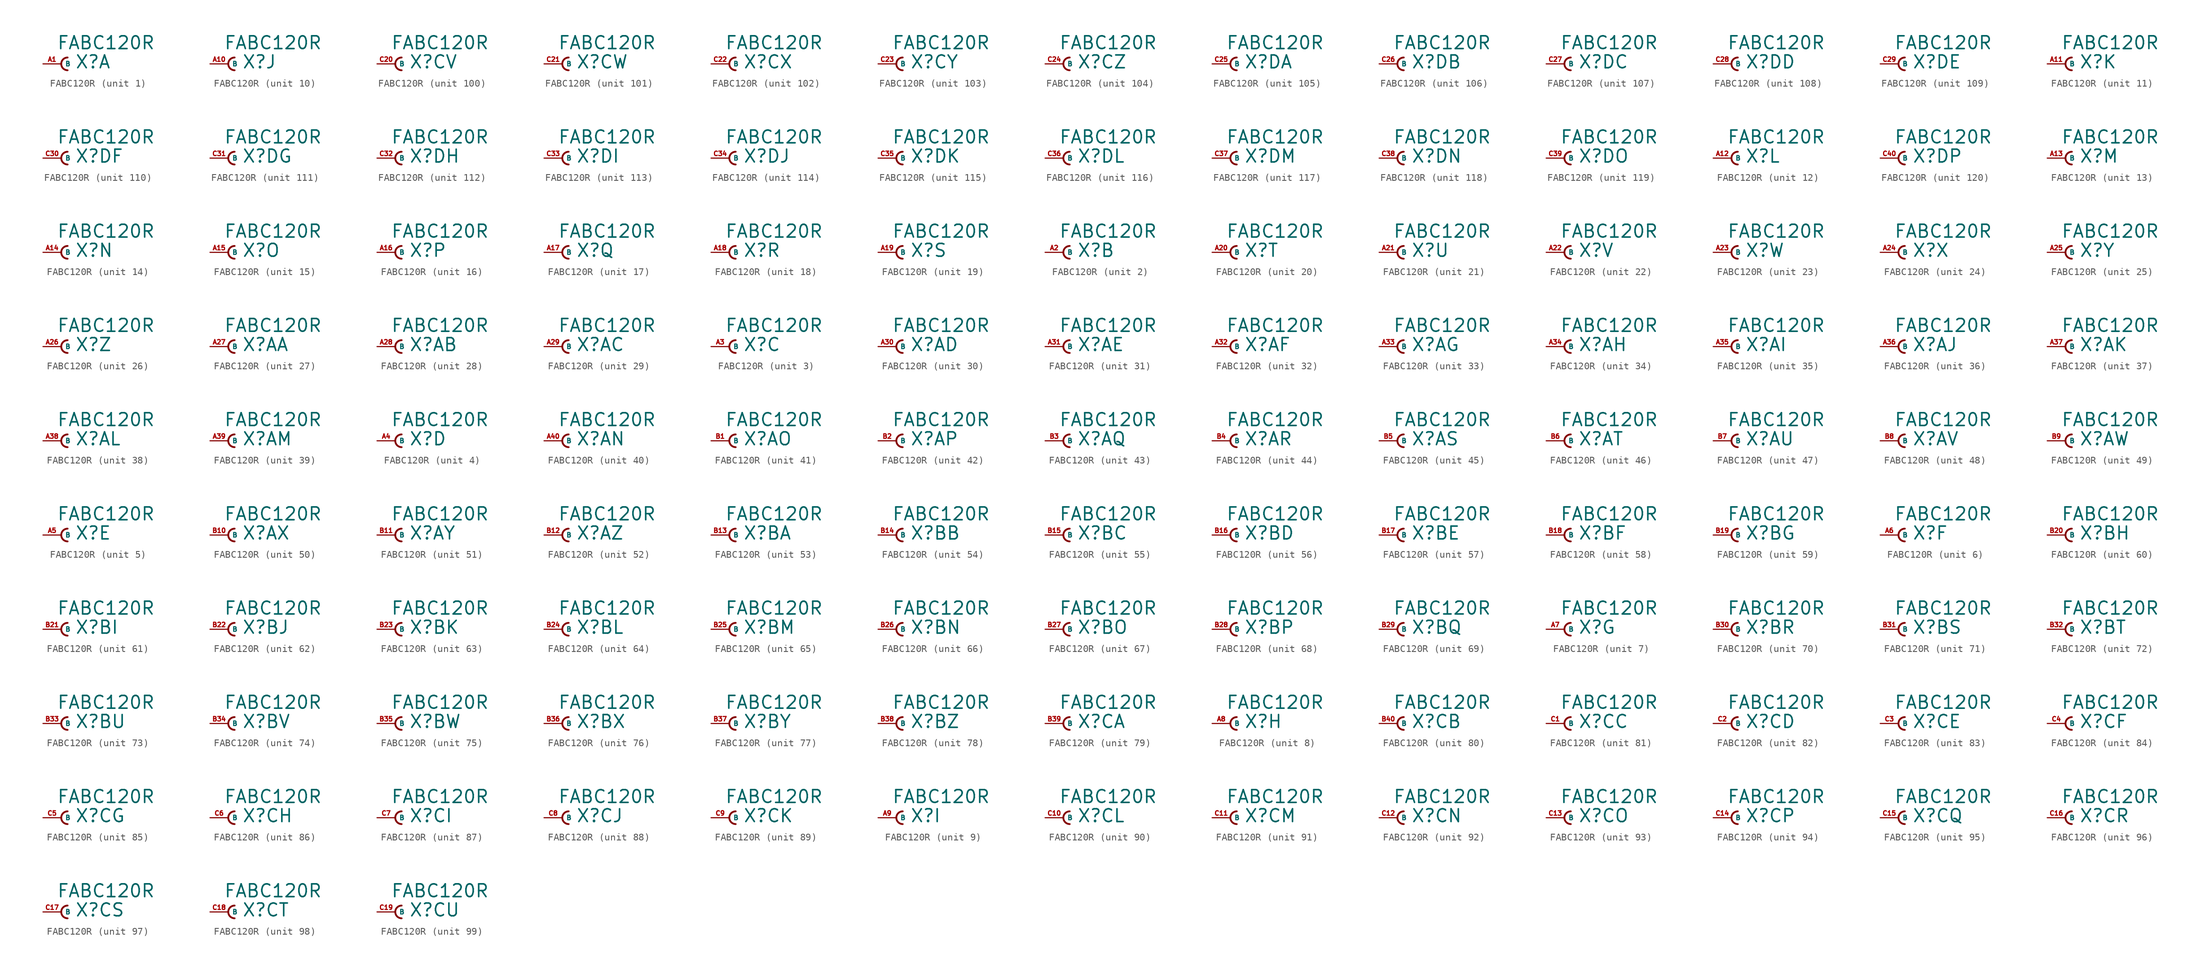
<source format=kicad_sym>
(kicad_symbol_lib
  (version 20220914)
  (generator Eagle2Kicad)
  (symbol "FABC120R"
    (property "Reference" "X"
      (at 1.905 -0.762 0)
      (effects (font (size 1.778 1.778) (thickness 0.22)) (justify left bottom)))
    (property "Value" "FABC120R"
      (at -0.635 1.905 0)
      (effects (font (size 1.778 1.778) (thickness 0.22)) (justify left bottom)))
    (symbol "FABC120R_1_0"
      (arc (start 0.889 0.889) (mid 0.000 0.000) (end 0.889 -0.889) (stroke (width 0.254) (type default)) (fill (type none)))
      (pin passive line (at -2.54 0 0) (length 2.54) (name "B" (effects (font (size 0.635 0.635) (thickness 0.08)) (justify left bottom))) (number "A1" (effects (font (size 0.635 0.635) (thickness 0.08)) (justify left bottom)))))
    (symbol "FABC120R_2_0"
      (arc (start 0.889 0.889) (mid 0.000 0.000) (end 0.889 -0.889) (stroke (width 0.254) (type default)) (fill (type none)))
      (pin passive line (at -2.54 0 0) (length 2.54) (name "B" (effects (font (size 0.635 0.635) (thickness 0.08)) (justify left bottom))) (number "A2" (effects (font (size 0.635 0.635) (thickness 0.08)) (justify left bottom)))))
    (symbol "FABC120R_3_0"
      (arc (start 0.889 0.889) (mid 0.000 0.000) (end 0.889 -0.889) (stroke (width 0.254) (type default)) (fill (type none)))
      (pin passive line (at -2.54 0 0) (length 2.54) (name "B" (effects (font (size 0.635 0.635) (thickness 0.08)) (justify left bottom))) (number "A3" (effects (font (size 0.635 0.635) (thickness 0.08)) (justify left bottom)))))
    (symbol "FABC120R_4_0"
      (arc (start 0.889 0.889) (mid 0.000 0.000) (end 0.889 -0.889) (stroke (width 0.254) (type default)) (fill (type none)))
      (pin passive line (at -2.54 0 0) (length 2.54) (name "B" (effects (font (size 0.635 0.635) (thickness 0.08)) (justify left bottom))) (number "A4" (effects (font (size 0.635 0.635) (thickness 0.08)) (justify left bottom)))))
    (symbol "FABC120R_5_0"
      (arc (start 0.889 0.889) (mid 0.000 0.000) (end 0.889 -0.889) (stroke (width 0.254) (type default)) (fill (type none)))
      (pin passive line (at -2.54 0 0) (length 2.54) (name "B" (effects (font (size 0.635 0.635) (thickness 0.08)) (justify left bottom))) (number "A5" (effects (font (size 0.635 0.635) (thickness 0.08)) (justify left bottom)))))
    (symbol "FABC120R_6_0"
      (arc (start 0.889 0.889) (mid 0.000 0.000) (end 0.889 -0.889) (stroke (width 0.254) (type default)) (fill (type none)))
      (pin passive line (at -2.54 0 0) (length 2.54) (name "B" (effects (font (size 0.635 0.635) (thickness 0.08)) (justify left bottom))) (number "A6" (effects (font (size 0.635 0.635) (thickness 0.08)) (justify left bottom)))))
    (symbol "FABC120R_7_0"
      (arc (start 0.889 0.889) (mid 0.000 0.000) (end 0.889 -0.889) (stroke (width 0.254) (type default)) (fill (type none)))
      (pin passive line (at -2.54 0 0) (length 2.54) (name "B" (effects (font (size 0.635 0.635) (thickness 0.08)) (justify left bottom))) (number "A7" (effects (font (size 0.635 0.635) (thickness 0.08)) (justify left bottom)))))
    (symbol "FABC120R_8_0"
      (arc (start 0.889 0.889) (mid 0.000 0.000) (end 0.889 -0.889) (stroke (width 0.254) (type default)) (fill (type none)))
      (pin passive line (at -2.54 0 0) (length 2.54) (name "B" (effects (font (size 0.635 0.635) (thickness 0.08)) (justify left bottom))) (number "A8" (effects (font (size 0.635 0.635) (thickness 0.08)) (justify left bottom)))))
    (symbol "FABC120R_9_0"
      (arc (start 0.889 0.889) (mid 0.000 0.000) (end 0.889 -0.889) (stroke (width 0.254) (type default)) (fill (type none)))
      (pin passive line (at -2.54 0 0) (length 2.54) (name "B" (effects (font (size 0.635 0.635) (thickness 0.08)) (justify left bottom))) (number "A9" (effects (font (size 0.635 0.635) (thickness 0.08)) (justify left bottom)))))
    (symbol "FABC120R_10_0"
      (arc (start 0.889 0.889) (mid 0.000 0.000) (end 0.889 -0.889) (stroke (width 0.254) (type default)) (fill (type none)))
      (pin passive line (at -2.54 0 0) (length 2.54) (name "B" (effects (font (size 0.635 0.635) (thickness 0.08)) (justify left bottom))) (number "A10" (effects (font (size 0.635 0.635) (thickness 0.08)) (justify left bottom)))))
    (symbol "FABC120R_11_0"
      (arc (start 0.889 0.889) (mid 0.000 0.000) (end 0.889 -0.889) (stroke (width 0.254) (type default)) (fill (type none)))
      (pin passive line (at -2.54 0 0) (length 2.54) (name "B" (effects (font (size 0.635 0.635) (thickness 0.08)) (justify left bottom))) (number "A11" (effects (font (size 0.635 0.635) (thickness 0.08)) (justify left bottom)))))
    (symbol "FABC120R_12_0"
      (arc (start 0.889 0.889) (mid 0.000 0.000) (end 0.889 -0.889) (stroke (width 0.254) (type default)) (fill (type none)))
      (pin passive line (at -2.54 0 0) (length 2.54) (name "B" (effects (font (size 0.635 0.635) (thickness 0.08)) (justify left bottom))) (number "A12" (effects (font (size 0.635 0.635) (thickness 0.08)) (justify left bottom)))))
    (symbol "FABC120R_13_0"
      (arc (start 0.889 0.889) (mid 0.000 0.000) (end 0.889 -0.889) (stroke (width 0.254) (type default)) (fill (type none)))
      (pin passive line (at -2.54 0 0) (length 2.54) (name "B" (effects (font (size 0.635 0.635) (thickness 0.08)) (justify left bottom))) (number "A13" (effects (font (size 0.635 0.635) (thickness 0.08)) (justify left bottom)))))
    (symbol "FABC120R_14_0"
      (arc (start 0.889 0.889) (mid 0.000 0.000) (end 0.889 -0.889) (stroke (width 0.254) (type default)) (fill (type none)))
      (pin passive line (at -2.54 0 0) (length 2.54) (name "B" (effects (font (size 0.635 0.635) (thickness 0.08)) (justify left bottom))) (number "A14" (effects (font (size 0.635 0.635) (thickness 0.08)) (justify left bottom)))))
    (symbol "FABC120R_15_0"
      (arc (start 0.889 0.889) (mid 0.000 0.000) (end 0.889 -0.889) (stroke (width 0.254) (type default)) (fill (type none)))
      (pin passive line (at -2.54 0 0) (length 2.54) (name "B" (effects (font (size 0.635 0.635) (thickness 0.08)) (justify left bottom))) (number "A15" (effects (font (size 0.635 0.635) (thickness 0.08)) (justify left bottom)))))
    (symbol "FABC120R_16_0"
      (arc (start 0.889 0.889) (mid 0.000 0.000) (end 0.889 -0.889) (stroke (width 0.254) (type default)) (fill (type none)))
      (pin passive line (at -2.54 0 0) (length 2.54) (name "B" (effects (font (size 0.635 0.635) (thickness 0.08)) (justify left bottom))) (number "A16" (effects (font (size 0.635 0.635) (thickness 0.08)) (justify left bottom)))))
    (symbol "FABC120R_17_0"
      (arc (start 0.889 0.889) (mid 0.000 0.000) (end 0.889 -0.889) (stroke (width 0.254) (type default)) (fill (type none)))
      (pin passive line (at -2.54 0 0) (length 2.54) (name "B" (effects (font (size 0.635 0.635) (thickness 0.08)) (justify left bottom))) (number "A17" (effects (font (size 0.635 0.635) (thickness 0.08)) (justify left bottom)))))
    (symbol "FABC120R_18_0"
      (arc (start 0.889 0.889) (mid 0.000 0.000) (end 0.889 -0.889) (stroke (width 0.254) (type default)) (fill (type none)))
      (pin passive line (at -2.54 0 0) (length 2.54) (name "B" (effects (font (size 0.635 0.635) (thickness 0.08)) (justify left bottom))) (number "A18" (effects (font (size 0.635 0.635) (thickness 0.08)) (justify left bottom)))))
    (symbol "FABC120R_19_0"
      (arc (start 0.889 0.889) (mid 0.000 0.000) (end 0.889 -0.889) (stroke (width 0.254) (type default)) (fill (type none)))
      (pin passive line (at -2.54 0 0) (length 2.54) (name "B" (effects (font (size 0.635 0.635) (thickness 0.08)) (justify left bottom))) (number "A19" (effects (font (size 0.635 0.635) (thickness 0.08)) (justify left bottom)))))
    (symbol "FABC120R_20_0"
      (arc (start 0.889 0.889) (mid 0.000 0.000) (end 0.889 -0.889) (stroke (width 0.254) (type default)) (fill (type none)))
      (pin passive line (at -2.54 0 0) (length 2.54) (name "B" (effects (font (size 0.635 0.635) (thickness 0.08)) (justify left bottom))) (number "A20" (effects (font (size 0.635 0.635) (thickness 0.08)) (justify left bottom)))))
    (symbol "FABC120R_21_0"
      (arc (start 0.889 0.889) (mid 0.000 0.000) (end 0.889 -0.889) (stroke (width 0.254) (type default)) (fill (type none)))
      (pin passive line (at -2.54 0 0) (length 2.54) (name "B" (effects (font (size 0.635 0.635) (thickness 0.08)) (justify left bottom))) (number "A21" (effects (font (size 0.635 0.635) (thickness 0.08)) (justify left bottom)))))
    (symbol "FABC120R_22_0"
      (arc (start 0.889 0.889) (mid 0.000 0.000) (end 0.889 -0.889) (stroke (width 0.254) (type default)) (fill (type none)))
      (pin passive line (at -2.54 0 0) (length 2.54) (name "B" (effects (font (size 0.635 0.635) (thickness 0.08)) (justify left bottom))) (number "A22" (effects (font (size 0.635 0.635) (thickness 0.08)) (justify left bottom)))))
    (symbol "FABC120R_23_0"
      (arc (start 0.889 0.889) (mid 0.000 0.000) (end 0.889 -0.889) (stroke (width 0.254) (type default)) (fill (type none)))
      (pin passive line (at -2.54 0 0) (length 2.54) (name "B" (effects (font (size 0.635 0.635) (thickness 0.08)) (justify left bottom))) (number "A23" (effects (font (size 0.635 0.635) (thickness 0.08)) (justify left bottom)))))
    (symbol "FABC120R_24_0"
      (arc (start 0.889 0.889) (mid 0.000 0.000) (end 0.889 -0.889) (stroke (width 0.254) (type default)) (fill (type none)))
      (pin passive line (at -2.54 0 0) (length 2.54) (name "B" (effects (font (size 0.635 0.635) (thickness 0.08)) (justify left bottom))) (number "A24" (effects (font (size 0.635 0.635) (thickness 0.08)) (justify left bottom)))))
    (symbol "FABC120R_25_0"
      (arc (start 0.889 0.889) (mid 0.000 0.000) (end 0.889 -0.889) (stroke (width 0.254) (type default)) (fill (type none)))
      (pin passive line (at -2.54 0 0) (length 2.54) (name "B" (effects (font (size 0.635 0.635) (thickness 0.08)) (justify left bottom))) (number "A25" (effects (font (size 0.635 0.635) (thickness 0.08)) (justify left bottom)))))
    (symbol "FABC120R_26_0"
      (arc (start 0.889 0.889) (mid 0.000 0.000) (end 0.889 -0.889) (stroke (width 0.254) (type default)) (fill (type none)))
      (pin passive line (at -2.54 0 0) (length 2.54) (name "B" (effects (font (size 0.635 0.635) (thickness 0.08)) (justify left bottom))) (number "A26" (effects (font (size 0.635 0.635) (thickness 0.08)) (justify left bottom)))))
    (symbol "FABC120R_27_0"
      (arc (start 0.889 0.889) (mid 0.000 0.000) (end 0.889 -0.889) (stroke (width 0.254) (type default)) (fill (type none)))
      (pin passive line (at -2.54 0 0) (length 2.54) (name "B" (effects (font (size 0.635 0.635) (thickness 0.08)) (justify left bottom))) (number "A27" (effects (font (size 0.635 0.635) (thickness 0.08)) (justify left bottom)))))
    (symbol "FABC120R_28_0"
      (arc (start 0.889 0.889) (mid 0.000 0.000) (end 0.889 -0.889) (stroke (width 0.254) (type default)) (fill (type none)))
      (pin passive line (at -2.54 0 0) (length 2.54) (name "B" (effects (font (size 0.635 0.635) (thickness 0.08)) (justify left bottom))) (number "A28" (effects (font (size 0.635 0.635) (thickness 0.08)) (justify left bottom)))))
    (symbol "FABC120R_29_0"
      (arc (start 0.889 0.889) (mid 0.000 0.000) (end 0.889 -0.889) (stroke (width 0.254) (type default)) (fill (type none)))
      (pin passive line (at -2.54 0 0) (length 2.54) (name "B" (effects (font (size 0.635 0.635) (thickness 0.08)) (justify left bottom))) (number "A29" (effects (font (size 0.635 0.635) (thickness 0.08)) (justify left bottom)))))
    (symbol "FABC120R_30_0"
      (arc (start 0.889 0.889) (mid 0.000 0.000) (end 0.889 -0.889) (stroke (width 0.254) (type default)) (fill (type none)))
      (pin passive line (at -2.54 0 0) (length 2.54) (name "B" (effects (font (size 0.635 0.635) (thickness 0.08)) (justify left bottom))) (number "A30" (effects (font (size 0.635 0.635) (thickness 0.08)) (justify left bottom)))))
    (symbol "FABC120R_31_0"
      (arc (start 0.889 0.889) (mid 0.000 0.000) (end 0.889 -0.889) (stroke (width 0.254) (type default)) (fill (type none)))
      (pin passive line (at -2.54 0 0) (length 2.54) (name "B" (effects (font (size 0.635 0.635) (thickness 0.08)) (justify left bottom))) (number "A31" (effects (font (size 0.635 0.635) (thickness 0.08)) (justify left bottom)))))
    (symbol "FABC120R_32_0"
      (arc (start 0.889 0.889) (mid 0.000 0.000) (end 0.889 -0.889) (stroke (width 0.254) (type default)) (fill (type none)))
      (pin passive line (at -2.54 0 0) (length 2.54) (name "B" (effects (font (size 0.635 0.635) (thickness 0.08)) (justify left bottom))) (number "A32" (effects (font (size 0.635 0.635) (thickness 0.08)) (justify left bottom)))))
    (symbol "FABC120R_33_0"
      (arc (start 0.889 0.889) (mid 0.000 0.000) (end 0.889 -0.889) (stroke (width 0.254) (type default)) (fill (type none)))
      (pin passive line (at -2.54 0 0) (length 2.54) (name "B" (effects (font (size 0.635 0.635) (thickness 0.08)) (justify left bottom))) (number "A33" (effects (font (size 0.635 0.635) (thickness 0.08)) (justify left bottom)))))
    (symbol "FABC120R_34_0"
      (arc (start 0.889 0.889) (mid 0.000 0.000) (end 0.889 -0.889) (stroke (width 0.254) (type default)) (fill (type none)))
      (pin passive line (at -2.54 0 0) (length 2.54) (name "B" (effects (font (size 0.635 0.635) (thickness 0.08)) (justify left bottom))) (number "A34" (effects (font (size 0.635 0.635) (thickness 0.08)) (justify left bottom)))))
    (symbol "FABC120R_35_0"
      (arc (start 0.889 0.889) (mid 0.000 0.000) (end 0.889 -0.889) (stroke (width 0.254) (type default)) (fill (type none)))
      (pin passive line (at -2.54 0 0) (length 2.54) (name "B" (effects (font (size 0.635 0.635) (thickness 0.08)) (justify left bottom))) (number "A35" (effects (font (size 0.635 0.635) (thickness 0.08)) (justify left bottom)))))
    (symbol "FABC120R_36_0"
      (arc (start 0.889 0.889) (mid 0.000 0.000) (end 0.889 -0.889) (stroke (width 0.254) (type default)) (fill (type none)))
      (pin passive line (at -2.54 0 0) (length 2.54) (name "B" (effects (font (size 0.635 0.635) (thickness 0.08)) (justify left bottom))) (number "A36" (effects (font (size 0.635 0.635) (thickness 0.08)) (justify left bottom)))))
    (symbol "FABC120R_37_0"
      (arc (start 0.889 0.889) (mid 0.000 0.000) (end 0.889 -0.889) (stroke (width 0.254) (type default)) (fill (type none)))
      (pin passive line (at -2.54 0 0) (length 2.54) (name "B" (effects (font (size 0.635 0.635) (thickness 0.08)) (justify left bottom))) (number "A37" (effects (font (size 0.635 0.635) (thickness 0.08)) (justify left bottom)))))
    (symbol "FABC120R_38_0"
      (arc (start 0.889 0.889) (mid 0.000 0.000) (end 0.889 -0.889) (stroke (width 0.254) (type default)) (fill (type none)))
      (pin passive line (at -2.54 0 0) (length 2.54) (name "B" (effects (font (size 0.635 0.635) (thickness 0.08)) (justify left bottom))) (number "A38" (effects (font (size 0.635 0.635) (thickness 0.08)) (justify left bottom)))))
    (symbol "FABC120R_39_0"
      (arc (start 0.889 0.889) (mid 0.000 0.000) (end 0.889 -0.889) (stroke (width 0.254) (type default)) (fill (type none)))
      (pin passive line (at -2.54 0 0) (length 2.54) (name "B" (effects (font (size 0.635 0.635) (thickness 0.08)) (justify left bottom))) (number "A39" (effects (font (size 0.635 0.635) (thickness 0.08)) (justify left bottom)))))
    (symbol "FABC120R_40_0"
      (arc (start 0.889 0.889) (mid 0.000 0.000) (end 0.889 -0.889) (stroke (width 0.254) (type default)) (fill (type none)))
      (pin passive line (at -2.54 0 0) (length 2.54) (name "B" (effects (font (size 0.635 0.635) (thickness 0.08)) (justify left bottom))) (number "A40" (effects (font (size 0.635 0.635) (thickness 0.08)) (justify left bottom)))))
    (symbol "FABC120R_41_0"
      (arc (start 0.889 0.889) (mid 0.000 0.000) (end 0.889 -0.889) (stroke (width 0.254) (type default)) (fill (type none)))
      (pin passive line (at -2.54 0 0) (length 2.54) (name "B" (effects (font (size 0.635 0.635) (thickness 0.08)) (justify left bottom))) (number "B1" (effects (font (size 0.635 0.635) (thickness 0.08)) (justify left bottom)))))
    (symbol "FABC120R_42_0"
      (arc (start 0.889 0.889) (mid 0.000 0.000) (end 0.889 -0.889) (stroke (width 0.254) (type default)) (fill (type none)))
      (pin passive line (at -2.54 0 0) (length 2.54) (name "B" (effects (font (size 0.635 0.635) (thickness 0.08)) (justify left bottom))) (number "B2" (effects (font (size 0.635 0.635) (thickness 0.08)) (justify left bottom)))))
    (symbol "FABC120R_43_0"
      (arc (start 0.889 0.889) (mid 0.000 0.000) (end 0.889 -0.889) (stroke (width 0.254) (type default)) (fill (type none)))
      (pin passive line (at -2.54 0 0) (length 2.54) (name "B" (effects (font (size 0.635 0.635) (thickness 0.08)) (justify left bottom))) (number "B3" (effects (font (size 0.635 0.635) (thickness 0.08)) (justify left bottom)))))
    (symbol "FABC120R_44_0"
      (arc (start 0.889 0.889) (mid 0.000 0.000) (end 0.889 -0.889) (stroke (width 0.254) (type default)) (fill (type none)))
      (pin passive line (at -2.54 0 0) (length 2.54) (name "B" (effects (font (size 0.635 0.635) (thickness 0.08)) (justify left bottom))) (number "B4" (effects (font (size 0.635 0.635) (thickness 0.08)) (justify left bottom)))))
    (symbol "FABC120R_45_0"
      (arc (start 0.889 0.889) (mid 0.000 0.000) (end 0.889 -0.889) (stroke (width 0.254) (type default)) (fill (type none)))
      (pin passive line (at -2.54 0 0) (length 2.54) (name "B" (effects (font (size 0.635 0.635) (thickness 0.08)) (justify left bottom))) (number "B5" (effects (font (size 0.635 0.635) (thickness 0.08)) (justify left bottom)))))
    (symbol "FABC120R_46_0"
      (arc (start 0.889 0.889) (mid 0.000 0.000) (end 0.889 -0.889) (stroke (width 0.254) (type default)) (fill (type none)))
      (pin passive line (at -2.54 0 0) (length 2.54) (name "B" (effects (font (size 0.635 0.635) (thickness 0.08)) (justify left bottom))) (number "B6" (effects (font (size 0.635 0.635) (thickness 0.08)) (justify left bottom)))))
    (symbol "FABC120R_47_0"
      (arc (start 0.889 0.889) (mid 0.000 0.000) (end 0.889 -0.889) (stroke (width 0.254) (type default)) (fill (type none)))
      (pin passive line (at -2.54 0 0) (length 2.54) (name "B" (effects (font (size 0.635 0.635) (thickness 0.08)) (justify left bottom))) (number "B7" (effects (font (size 0.635 0.635) (thickness 0.08)) (justify left bottom)))))
    (symbol "FABC120R_48_0"
      (arc (start 0.889 0.889) (mid 0.000 0.000) (end 0.889 -0.889) (stroke (width 0.254) (type default)) (fill (type none)))
      (pin passive line (at -2.54 0 0) (length 2.54) (name "B" (effects (font (size 0.635 0.635) (thickness 0.08)) (justify left bottom))) (number "B8" (effects (font (size 0.635 0.635) (thickness 0.08)) (justify left bottom)))))
    (symbol "FABC120R_49_0"
      (arc (start 0.889 0.889) (mid 0.000 0.000) (end 0.889 -0.889) (stroke (width 0.254) (type default)) (fill (type none)))
      (pin passive line (at -2.54 0 0) (length 2.54) (name "B" (effects (font (size 0.635 0.635) (thickness 0.08)) (justify left bottom))) (number "B9" (effects (font (size 0.635 0.635) (thickness 0.08)) (justify left bottom)))))
    (symbol "FABC120R_50_0"
      (arc (start 0.889 0.889) (mid 0.000 0.000) (end 0.889 -0.889) (stroke (width 0.254) (type default)) (fill (type none)))
      (pin passive line (at -2.54 0 0) (length 2.54) (name "B" (effects (font (size 0.635 0.635) (thickness 0.08)) (justify left bottom))) (number "B10" (effects (font (size 0.635 0.635) (thickness 0.08)) (justify left bottom)))))
    (symbol "FABC120R_51_0"
      (arc (start 0.889 0.889) (mid 0.000 0.000) (end 0.889 -0.889) (stroke (width 0.254) (type default)) (fill (type none)))
      (pin passive line (at -2.54 0 0) (length 2.54) (name "B" (effects (font (size 0.635 0.635) (thickness 0.08)) (justify left bottom))) (number "B11" (effects (font (size 0.635 0.635) (thickness 0.08)) (justify left bottom)))))
    (symbol "FABC120R_52_0"
      (arc (start 0.889 0.889) (mid 0.000 0.000) (end 0.889 -0.889) (stroke (width 0.254) (type default)) (fill (type none)))
      (pin passive line (at -2.54 0 0) (length 2.54) (name "B" (effects (font (size 0.635 0.635) (thickness 0.08)) (justify left bottom))) (number "B12" (effects (font (size 0.635 0.635) (thickness 0.08)) (justify left bottom)))))
    (symbol "FABC120R_53_0"
      (arc (start 0.889 0.889) (mid 0.000 0.000) (end 0.889 -0.889) (stroke (width 0.254) (type default)) (fill (type none)))
      (pin passive line (at -2.54 0 0) (length 2.54) (name "B" (effects (font (size 0.635 0.635) (thickness 0.08)) (justify left bottom))) (number "B13" (effects (font (size 0.635 0.635) (thickness 0.08)) (justify left bottom)))))
    (symbol "FABC120R_54_0"
      (arc (start 0.889 0.889) (mid 0.000 0.000) (end 0.889 -0.889) (stroke (width 0.254) (type default)) (fill (type none)))
      (pin passive line (at -2.54 0 0) (length 2.54) (name "B" (effects (font (size 0.635 0.635) (thickness 0.08)) (justify left bottom))) (number "B14" (effects (font (size 0.635 0.635) (thickness 0.08)) (justify left bottom)))))
    (symbol "FABC120R_55_0"
      (arc (start 0.889 0.889) (mid 0.000 0.000) (end 0.889 -0.889) (stroke (width 0.254) (type default)) (fill (type none)))
      (pin passive line (at -2.54 0 0) (length 2.54) (name "B" (effects (font (size 0.635 0.635) (thickness 0.08)) (justify left bottom))) (number "B15" (effects (font (size 0.635 0.635) (thickness 0.08)) (justify left bottom)))))
    (symbol "FABC120R_56_0"
      (arc (start 0.889 0.889) (mid 0.000 0.000) (end 0.889 -0.889) (stroke (width 0.254) (type default)) (fill (type none)))
      (pin passive line (at -2.54 0 0) (length 2.54) (name "B" (effects (font (size 0.635 0.635) (thickness 0.08)) (justify left bottom))) (number "B16" (effects (font (size 0.635 0.635) (thickness 0.08)) (justify left bottom)))))
    (symbol "FABC120R_57_0"
      (arc (start 0.889 0.889) (mid 0.000 0.000) (end 0.889 -0.889) (stroke (width 0.254) (type default)) (fill (type none)))
      (pin passive line (at -2.54 0 0) (length 2.54) (name "B" (effects (font (size 0.635 0.635) (thickness 0.08)) (justify left bottom))) (number "B17" (effects (font (size 0.635 0.635) (thickness 0.08)) (justify left bottom)))))
    (symbol "FABC120R_58_0"
      (arc (start 0.889 0.889) (mid 0.000 0.000) (end 0.889 -0.889) (stroke (width 0.254) (type default)) (fill (type none)))
      (pin passive line (at -2.54 0 0) (length 2.54) (name "B" (effects (font (size 0.635 0.635) (thickness 0.08)) (justify left bottom))) (number "B18" (effects (font (size 0.635 0.635) (thickness 0.08)) (justify left bottom)))))
    (symbol "FABC120R_59_0"
      (arc (start 0.889 0.889) (mid 0.000 0.000) (end 0.889 -0.889) (stroke (width 0.254) (type default)) (fill (type none)))
      (pin passive line (at -2.54 0 0) (length 2.54) (name "B" (effects (font (size 0.635 0.635) (thickness 0.08)) (justify left bottom))) (number "B19" (effects (font (size 0.635 0.635) (thickness 0.08)) (justify left bottom)))))
    (symbol "FABC120R_60_0"
      (arc (start 0.889 0.889) (mid 0.000 0.000) (end 0.889 -0.889) (stroke (width 0.254) (type default)) (fill (type none)))
      (pin passive line (at -2.54 0 0) (length 2.54) (name "B" (effects (font (size 0.635 0.635) (thickness 0.08)) (justify left bottom))) (number "B20" (effects (font (size 0.635 0.635) (thickness 0.08)) (justify left bottom)))))
    (symbol "FABC120R_61_0"
      (arc (start 0.889 0.889) (mid 0.000 0.000) (end 0.889 -0.889) (stroke (width 0.254) (type default)) (fill (type none)))
      (pin passive line (at -2.54 0 0) (length 2.54) (name "B" (effects (font (size 0.635 0.635) (thickness 0.08)) (justify left bottom))) (number "B21" (effects (font (size 0.635 0.635) (thickness 0.08)) (justify left bottom)))))
    (symbol "FABC120R_62_0"
      (arc (start 0.889 0.889) (mid 0.000 0.000) (end 0.889 -0.889) (stroke (width 0.254) (type default)) (fill (type none)))
      (pin passive line (at -2.54 0 0) (length 2.54) (name "B" (effects (font (size 0.635 0.635) (thickness 0.08)) (justify left bottom))) (number "B22" (effects (font (size 0.635 0.635) (thickness 0.08)) (justify left bottom)))))
    (symbol "FABC120R_63_0"
      (arc (start 0.889 0.889) (mid 0.000 0.000) (end 0.889 -0.889) (stroke (width 0.254) (type default)) (fill (type none)))
      (pin passive line (at -2.54 0 0) (length 2.54) (name "B" (effects (font (size 0.635 0.635) (thickness 0.08)) (justify left bottom))) (number "B23" (effects (font (size 0.635 0.635) (thickness 0.08)) (justify left bottom)))))
    (symbol "FABC120R_64_0"
      (arc (start 0.889 0.889) (mid 0.000 0.000) (end 0.889 -0.889) (stroke (width 0.254) (type default)) (fill (type none)))
      (pin passive line (at -2.54 0 0) (length 2.54) (name "B" (effects (font (size 0.635 0.635) (thickness 0.08)) (justify left bottom))) (number "B24" (effects (font (size 0.635 0.635) (thickness 0.08)) (justify left bottom)))))
    (symbol "FABC120R_65_0"
      (arc (start 0.889 0.889) (mid 0.000 0.000) (end 0.889 -0.889) (stroke (width 0.254) (type default)) (fill (type none)))
      (pin passive line (at -2.54 0 0) (length 2.54) (name "B" (effects (font (size 0.635 0.635) (thickness 0.08)) (justify left bottom))) (number "B25" (effects (font (size 0.635 0.635) (thickness 0.08)) (justify left bottom)))))
    (symbol "FABC120R_66_0"
      (arc (start 0.889 0.889) (mid 0.000 0.000) (end 0.889 -0.889) (stroke (width 0.254) (type default)) (fill (type none)))
      (pin passive line (at -2.54 0 0) (length 2.54) (name "B" (effects (font (size 0.635 0.635) (thickness 0.08)) (justify left bottom))) (number "B26" (effects (font (size 0.635 0.635) (thickness 0.08)) (justify left bottom)))))
    (symbol "FABC120R_67_0"
      (arc (start 0.889 0.889) (mid 0.000 0.000) (end 0.889 -0.889) (stroke (width 0.254) (type default)) (fill (type none)))
      (pin passive line (at -2.54 0 0) (length 2.54) (name "B" (effects (font (size 0.635 0.635) (thickness 0.08)) (justify left bottom))) (number "B27" (effects (font (size 0.635 0.635) (thickness 0.08)) (justify left bottom)))))
    (symbol "FABC120R_68_0"
      (arc (start 0.889 0.889) (mid 0.000 0.000) (end 0.889 -0.889) (stroke (width 0.254) (type default)) (fill (type none)))
      (pin passive line (at -2.54 0 0) (length 2.54) (name "B" (effects (font (size 0.635 0.635) (thickness 0.08)) (justify left bottom))) (number "B28" (effects (font (size 0.635 0.635) (thickness 0.08)) (justify left bottom)))))
    (symbol "FABC120R_69_0"
      (arc (start 0.889 0.889) (mid 0.000 0.000) (end 0.889 -0.889) (stroke (width 0.254) (type default)) (fill (type none)))
      (pin passive line (at -2.54 0 0) (length 2.54) (name "B" (effects (font (size 0.635 0.635) (thickness 0.08)) (justify left bottom))) (number "B29" (effects (font (size 0.635 0.635) (thickness 0.08)) (justify left bottom)))))
    (symbol "FABC120R_70_0"
      (arc (start 0.889 0.889) (mid 0.000 0.000) (end 0.889 -0.889) (stroke (width 0.254) (type default)) (fill (type none)))
      (pin passive line (at -2.54 0 0) (length 2.54) (name "B" (effects (font (size 0.635 0.635) (thickness 0.08)) (justify left bottom))) (number "B30" (effects (font (size 0.635 0.635) (thickness 0.08)) (justify left bottom)))))
    (symbol "FABC120R_71_0"
      (arc (start 0.889 0.889) (mid 0.000 0.000) (end 0.889 -0.889) (stroke (width 0.254) (type default)) (fill (type none)))
      (pin passive line (at -2.54 0 0) (length 2.54) (name "B" (effects (font (size 0.635 0.635) (thickness 0.08)) (justify left bottom))) (number "B31" (effects (font (size 0.635 0.635) (thickness 0.08)) (justify left bottom)))))
    (symbol "FABC120R_72_0"
      (arc (start 0.889 0.889) (mid 0.000 0.000) (end 0.889 -0.889) (stroke (width 0.254) (type default)) (fill (type none)))
      (pin passive line (at -2.54 0 0) (length 2.54) (name "B" (effects (font (size 0.635 0.635) (thickness 0.08)) (justify left bottom))) (number "B32" (effects (font (size 0.635 0.635) (thickness 0.08)) (justify left bottom)))))
    (symbol "FABC120R_73_0"
      (arc (start 0.889 0.889) (mid 0.000 0.000) (end 0.889 -0.889) (stroke (width 0.254) (type default)) (fill (type none)))
      (pin passive line (at -2.54 0 0) (length 2.54) (name "B" (effects (font (size 0.635 0.635) (thickness 0.08)) (justify left bottom))) (number "B33" (effects (font (size 0.635 0.635) (thickness 0.08)) (justify left bottom)))))
    (symbol "FABC120R_74_0"
      (arc (start 0.889 0.889) (mid 0.000 0.000) (end 0.889 -0.889) (stroke (width 0.254) (type default)) (fill (type none)))
      (pin passive line (at -2.54 0 0) (length 2.54) (name "B" (effects (font (size 0.635 0.635) (thickness 0.08)) (justify left bottom))) (number "B34" (effects (font (size 0.635 0.635) (thickness 0.08)) (justify left bottom)))))
    (symbol "FABC120R_75_0"
      (arc (start 0.889 0.889) (mid 0.000 0.000) (end 0.889 -0.889) (stroke (width 0.254) (type default)) (fill (type none)))
      (pin passive line (at -2.54 0 0) (length 2.54) (name "B" (effects (font (size 0.635 0.635) (thickness 0.08)) (justify left bottom))) (number "B35" (effects (font (size 0.635 0.635) (thickness 0.08)) (justify left bottom)))))
    (symbol "FABC120R_76_0"
      (arc (start 0.889 0.889) (mid 0.000 0.000) (end 0.889 -0.889) (stroke (width 0.254) (type default)) (fill (type none)))
      (pin passive line (at -2.54 0 0) (length 2.54) (name "B" (effects (font (size 0.635 0.635) (thickness 0.08)) (justify left bottom))) (number "B36" (effects (font (size 0.635 0.635) (thickness 0.08)) (justify left bottom)))))
    (symbol "FABC120R_77_0"
      (arc (start 0.889 0.889) (mid 0.000 0.000) (end 0.889 -0.889) (stroke (width 0.254) (type default)) (fill (type none)))
      (pin passive line (at -2.54 0 0) (length 2.54) (name "B" (effects (font (size 0.635 0.635) (thickness 0.08)) (justify left bottom))) (number "B37" (effects (font (size 0.635 0.635) (thickness 0.08)) (justify left bottom)))))
    (symbol "FABC120R_78_0"
      (arc (start 0.889 0.889) (mid 0.000 0.000) (end 0.889 -0.889) (stroke (width 0.254) (type default)) (fill (type none)))
      (pin passive line (at -2.54 0 0) (length 2.54) (name "B" (effects (font (size 0.635 0.635) (thickness 0.08)) (justify left bottom))) (number "B38" (effects (font (size 0.635 0.635) (thickness 0.08)) (justify left bottom)))))
    (symbol "FABC120R_79_0"
      (arc (start 0.889 0.889) (mid 0.000 0.000) (end 0.889 -0.889) (stroke (width 0.254) (type default)) (fill (type none)))
      (pin passive line (at -2.54 0 0) (length 2.54) (name "B" (effects (font (size 0.635 0.635) (thickness 0.08)) (justify left bottom))) (number "B39" (effects (font (size 0.635 0.635) (thickness 0.08)) (justify left bottom)))))
    (symbol "FABC120R_80_0"
      (arc (start 0.889 0.889) (mid 0.000 0.000) (end 0.889 -0.889) (stroke (width 0.254) (type default)) (fill (type none)))
      (pin passive line (at -2.54 0 0) (length 2.54) (name "B" (effects (font (size 0.635 0.635) (thickness 0.08)) (justify left bottom))) (number "B40" (effects (font (size 0.635 0.635) (thickness 0.08)) (justify left bottom)))))
    (symbol "FABC120R_81_0"
      (arc (start 0.889 0.889) (mid 0.000 0.000) (end 0.889 -0.889) (stroke (width 0.254) (type default)) (fill (type none)))
      (pin passive line (at -2.54 0 0) (length 2.54) (name "B" (effects (font (size 0.635 0.635) (thickness 0.08)) (justify left bottom))) (number "C1" (effects (font (size 0.635 0.635) (thickness 0.08)) (justify left bottom)))))
    (symbol "FABC120R_82_0"
      (arc (start 0.889 0.889) (mid 0.000 0.000) (end 0.889 -0.889) (stroke (width 0.254) (type default)) (fill (type none)))
      (pin passive line (at -2.54 0 0) (length 2.54) (name "B" (effects (font (size 0.635 0.635) (thickness 0.08)) (justify left bottom))) (number "C2" (effects (font (size 0.635 0.635) (thickness 0.08)) (justify left bottom)))))
    (symbol "FABC120R_83_0"
      (arc (start 0.889 0.889) (mid 0.000 0.000) (end 0.889 -0.889) (stroke (width 0.254) (type default)) (fill (type none)))
      (pin passive line (at -2.54 0 0) (length 2.54) (name "B" (effects (font (size 0.635 0.635) (thickness 0.08)) (justify left bottom))) (number "C3" (effects (font (size 0.635 0.635) (thickness 0.08)) (justify left bottom)))))
    (symbol "FABC120R_84_0"
      (arc (start 0.889 0.889) (mid 0.000 0.000) (end 0.889 -0.889) (stroke (width 0.254) (type default)) (fill (type none)))
      (pin passive line (at -2.54 0 0) (length 2.54) (name "B" (effects (font (size 0.635 0.635) (thickness 0.08)) (justify left bottom))) (number "C4" (effects (font (size 0.635 0.635) (thickness 0.08)) (justify left bottom)))))
    (symbol "FABC120R_85_0"
      (arc (start 0.889 0.889) (mid 0.000 0.000) (end 0.889 -0.889) (stroke (width 0.254) (type default)) (fill (type none)))
      (pin passive line (at -2.54 0 0) (length 2.54) (name "B" (effects (font (size 0.635 0.635) (thickness 0.08)) (justify left bottom))) (number "C5" (effects (font (size 0.635 0.635) (thickness 0.08)) (justify left bottom)))))
    (symbol "FABC120R_86_0"
      (arc (start 0.889 0.889) (mid 0.000 0.000) (end 0.889 -0.889) (stroke (width 0.254) (type default)) (fill (type none)))
      (pin passive line (at -2.54 0 0) (length 2.54) (name "B" (effects (font (size 0.635 0.635) (thickness 0.08)) (justify left bottom))) (number "C6" (effects (font (size 0.635 0.635) (thickness 0.08)) (justify left bottom)))))
    (symbol "FABC120R_87_0"
      (arc (start 0.889 0.889) (mid 0.000 0.000) (end 0.889 -0.889) (stroke (width 0.254) (type default)) (fill (type none)))
      (pin passive line (at -2.54 0 0) (length 2.54) (name "B" (effects (font (size 0.635 0.635) (thickness 0.08)) (justify left bottom))) (number "C7" (effects (font (size 0.635 0.635) (thickness 0.08)) (justify left bottom)))))
    (symbol "FABC120R_88_0"
      (arc (start 0.889 0.889) (mid 0.000 0.000) (end 0.889 -0.889) (stroke (width 0.254) (type default)) (fill (type none)))
      (pin passive line (at -2.54 0 0) (length 2.54) (name "B" (effects (font (size 0.635 0.635) (thickness 0.08)) (justify left bottom))) (number "C8" (effects (font (size 0.635 0.635) (thickness 0.08)) (justify left bottom)))))
    (symbol "FABC120R_89_0"
      (arc (start 0.889 0.889) (mid 0.000 0.000) (end 0.889 -0.889) (stroke (width 0.254) (type default)) (fill (type none)))
      (pin passive line (at -2.54 0 0) (length 2.54) (name "B" (effects (font (size 0.635 0.635) (thickness 0.08)) (justify left bottom))) (number "C9" (effects (font (size 0.635 0.635) (thickness 0.08)) (justify left bottom)))))
    (symbol "FABC120R_90_0"
      (arc (start 0.889 0.889) (mid 0.000 0.000) (end 0.889 -0.889) (stroke (width 0.254) (type default)) (fill (type none)))
      (pin passive line (at -2.54 0 0) (length 2.54) (name "B" (effects (font (size 0.635 0.635) (thickness 0.08)) (justify left bottom))) (number "C10" (effects (font (size 0.635 0.635) (thickness 0.08)) (justify left bottom)))))
    (symbol "FABC120R_91_0"
      (arc (start 0.889 0.889) (mid 0.000 0.000) (end 0.889 -0.889) (stroke (width 0.254) (type default)) (fill (type none)))
      (pin passive line (at -2.54 0 0) (length 2.54) (name "B" (effects (font (size 0.635 0.635) (thickness 0.08)) (justify left bottom))) (number "C11" (effects (font (size 0.635 0.635) (thickness 0.08)) (justify left bottom)))))
    (symbol "FABC120R_92_0"
      (arc (start 0.889 0.889) (mid 0.000 0.000) (end 0.889 -0.889) (stroke (width 0.254) (type default)) (fill (type none)))
      (pin passive line (at -2.54 0 0) (length 2.54) (name "B" (effects (font (size 0.635 0.635) (thickness 0.08)) (justify left bottom))) (number "C12" (effects (font (size 0.635 0.635) (thickness 0.08)) (justify left bottom)))))
    (symbol "FABC120R_93_0"
      (arc (start 0.889 0.889) (mid 0.000 0.000) (end 0.889 -0.889) (stroke (width 0.254) (type default)) (fill (type none)))
      (pin passive line (at -2.54 0 0) (length 2.54) (name "B" (effects (font (size 0.635 0.635) (thickness 0.08)) (justify left bottom))) (number "C13" (effects (font (size 0.635 0.635) (thickness 0.08)) (justify left bottom)))))
    (symbol "FABC120R_94_0"
      (arc (start 0.889 0.889) (mid 0.000 0.000) (end 0.889 -0.889) (stroke (width 0.254) (type default)) (fill (type none)))
      (pin passive line (at -2.54 0 0) (length 2.54) (name "B" (effects (font (size 0.635 0.635) (thickness 0.08)) (justify left bottom))) (number "C14" (effects (font (size 0.635 0.635) (thickness 0.08)) (justify left bottom)))))
    (symbol "FABC120R_95_0"
      (arc (start 0.889 0.889) (mid 0.000 0.000) (end 0.889 -0.889) (stroke (width 0.254) (type default)) (fill (type none)))
      (pin passive line (at -2.54 0 0) (length 2.54) (name "B" (effects (font (size 0.635 0.635) (thickness 0.08)) (justify left bottom))) (number "C15" (effects (font (size 0.635 0.635) (thickness 0.08)) (justify left bottom)))))
    (symbol "FABC120R_96_0"
      (arc (start 0.889 0.889) (mid 0.000 0.000) (end 0.889 -0.889) (stroke (width 0.254) (type default)) (fill (type none)))
      (pin passive line (at -2.54 0 0) (length 2.54) (name "B" (effects (font (size 0.635 0.635) (thickness 0.08)) (justify left bottom))) (number "C16" (effects (font (size 0.635 0.635) (thickness 0.08)) (justify left bottom)))))
    (symbol "FABC120R_97_0"
      (arc (start 0.889 0.889) (mid 0.000 0.000) (end 0.889 -0.889) (stroke (width 0.254) (type default)) (fill (type none)))
      (pin passive line (at -2.54 0 0) (length 2.54) (name "B" (effects (font (size 0.635 0.635) (thickness 0.08)) (justify left bottom))) (number "C17" (effects (font (size 0.635 0.635) (thickness 0.08)) (justify left bottom)))))
    (symbol "FABC120R_98_0"
      (arc (start 0.889 0.889) (mid 0.000 0.000) (end 0.889 -0.889) (stroke (width 0.254) (type default)) (fill (type none)))
      (pin passive line (at -2.54 0 0) (length 2.54) (name "B" (effects (font (size 0.635 0.635) (thickness 0.08)) (justify left bottom))) (number "C18" (effects (font (size 0.635 0.635) (thickness 0.08)) (justify left bottom)))))
    (symbol "FABC120R_99_0"
      (arc (start 0.889 0.889) (mid 0.000 0.000) (end 0.889 -0.889) (stroke (width 0.254) (type default)) (fill (type none)))
      (pin passive line (at -2.54 0 0) (length 2.54) (name "B" (effects (font (size 0.635 0.635) (thickness 0.08)) (justify left bottom))) (number "C19" (effects (font (size 0.635 0.635) (thickness 0.08)) (justify left bottom)))))
    (symbol "FABC120R_100_0"
      (arc (start 0.889 0.889) (mid 0.000 0.000) (end 0.889 -0.889) (stroke (width 0.254) (type default)) (fill (type none)))
      (pin passive line (at -2.54 0 0) (length 2.54) (name "B" (effects (font (size 0.635 0.635) (thickness 0.08)) (justify left bottom))) (number "C20" (effects (font (size 0.635 0.635) (thickness 0.08)) (justify left bottom)))))
    (symbol "FABC120R_101_0"
      (arc (start 0.889 0.889) (mid 0.000 0.000) (end 0.889 -0.889) (stroke (width 0.254) (type default)) (fill (type none)))
      (pin passive line (at -2.54 0 0) (length 2.54) (name "B" (effects (font (size 0.635 0.635) (thickness 0.08)) (justify left bottom))) (number "C21" (effects (font (size 0.635 0.635) (thickness 0.08)) (justify left bottom)))))
    (symbol "FABC120R_102_0"
      (arc (start 0.889 0.889) (mid 0.000 0.000) (end 0.889 -0.889) (stroke (width 0.254) (type default)) (fill (type none)))
      (pin passive line (at -2.54 0 0) (length 2.54) (name "B" (effects (font (size 0.635 0.635) (thickness 0.08)) (justify left bottom))) (number "C22" (effects (font (size 0.635 0.635) (thickness 0.08)) (justify left bottom)))))
    (symbol "FABC120R_103_0"
      (arc (start 0.889 0.889) (mid 0.000 0.000) (end 0.889 -0.889) (stroke (width 0.254) (type default)) (fill (type none)))
      (pin passive line (at -2.54 0 0) (length 2.54) (name "B" (effects (font (size 0.635 0.635) (thickness 0.08)) (justify left bottom))) (number "C23" (effects (font (size 0.635 0.635) (thickness 0.08)) (justify left bottom)))))
    (symbol "FABC120R_104_0"
      (arc (start 0.889 0.889) (mid 0.000 0.000) (end 0.889 -0.889) (stroke (width 0.254) (type default)) (fill (type none)))
      (pin passive line (at -2.54 0 0) (length 2.54) (name "B" (effects (font (size 0.635 0.635) (thickness 0.08)) (justify left bottom))) (number "C24" (effects (font (size 0.635 0.635) (thickness 0.08)) (justify left bottom)))))
    (symbol "FABC120R_105_0"
      (arc (start 0.889 0.889) (mid 0.000 0.000) (end 0.889 -0.889) (stroke (width 0.254) (type default)) (fill (type none)))
      (pin passive line (at -2.54 0 0) (length 2.54) (name "B" (effects (font (size 0.635 0.635) (thickness 0.08)) (justify left bottom))) (number "C25" (effects (font (size 0.635 0.635) (thickness 0.08)) (justify left bottom)))))
    (symbol "FABC120R_106_0"
      (arc (start 0.889 0.889) (mid 0.000 0.000) (end 0.889 -0.889) (stroke (width 0.254) (type default)) (fill (type none)))
      (pin passive line (at -2.54 0 0) (length 2.54) (name "B" (effects (font (size 0.635 0.635) (thickness 0.08)) (justify left bottom))) (number "C26" (effects (font (size 0.635 0.635) (thickness 0.08)) (justify left bottom)))))
    (symbol "FABC120R_107_0"
      (arc (start 0.889 0.889) (mid 0.000 0.000) (end 0.889 -0.889) (stroke (width 0.254) (type default)) (fill (type none)))
      (pin passive line (at -2.54 0 0) (length 2.54) (name "B" (effects (font (size 0.635 0.635) (thickness 0.08)) (justify left bottom))) (number "C27" (effects (font (size 0.635 0.635) (thickness 0.08)) (justify left bottom)))))
    (symbol "FABC120R_108_0"
      (arc (start 0.889 0.889) (mid 0.000 0.000) (end 0.889 -0.889) (stroke (width 0.254) (type default)) (fill (type none)))
      (pin passive line (at -2.54 0 0) (length 2.54) (name "B" (effects (font (size 0.635 0.635) (thickness 0.08)) (justify left bottom))) (number "C28" (effects (font (size 0.635 0.635) (thickness 0.08)) (justify left bottom)))))
    (symbol "FABC120R_109_0"
      (arc (start 0.889 0.889) (mid 0.000 0.000) (end 0.889 -0.889) (stroke (width 0.254) (type default)) (fill (type none)))
      (pin passive line (at -2.54 0 0) (length 2.54) (name "B" (effects (font (size 0.635 0.635) (thickness 0.08)) (justify left bottom))) (number "C29" (effects (font (size 0.635 0.635) (thickness 0.08)) (justify left bottom)))))
    (symbol "FABC120R_110_0"
      (arc (start 0.889 0.889) (mid 0.000 0.000) (end 0.889 -0.889) (stroke (width 0.254) (type default)) (fill (type none)))
      (pin passive line (at -2.54 0 0) (length 2.54) (name "B" (effects (font (size 0.635 0.635) (thickness 0.08)) (justify left bottom))) (number "C30" (effects (font (size 0.635 0.635) (thickness 0.08)) (justify left bottom)))))
    (symbol "FABC120R_111_0"
      (arc (start 0.889 0.889) (mid 0.000 0.000) (end 0.889 -0.889) (stroke (width 0.254) (type default)) (fill (type none)))
      (pin passive line (at -2.54 0 0) (length 2.54) (name "B" (effects (font (size 0.635 0.635) (thickness 0.08)) (justify left bottom))) (number "C31" (effects (font (size 0.635 0.635) (thickness 0.08)) (justify left bottom)))))
    (symbol "FABC120R_112_0"
      (arc (start 0.889 0.889) (mid 0.000 0.000) (end 0.889 -0.889) (stroke (width 0.254) (type default)) (fill (type none)))
      (pin passive line (at -2.54 0 0) (length 2.54) (name "B" (effects (font (size 0.635 0.635) (thickness 0.08)) (justify left bottom))) (number "C32" (effects (font (size 0.635 0.635) (thickness 0.08)) (justify left bottom)))))
    (symbol "FABC120R_113_0"
      (arc (start 0.889 0.889) (mid 0.000 0.000) (end 0.889 -0.889) (stroke (width 0.254) (type default)) (fill (type none)))
      (pin passive line (at -2.54 0 0) (length 2.54) (name "B" (effects (font (size 0.635 0.635) (thickness 0.08)) (justify left bottom))) (number "C33" (effects (font (size 0.635 0.635) (thickness 0.08)) (justify left bottom)))))
    (symbol "FABC120R_114_0"
      (arc (start 0.889 0.889) (mid 0.000 0.000) (end 0.889 -0.889) (stroke (width 0.254) (type default)) (fill (type none)))
      (pin passive line (at -2.54 0 0) (length 2.54) (name "B" (effects (font (size 0.635 0.635) (thickness 0.08)) (justify left bottom))) (number "C34" (effects (font (size 0.635 0.635) (thickness 0.08)) (justify left bottom)))))
    (symbol "FABC120R_115_0"
      (arc (start 0.889 0.889) (mid 0.000 0.000) (end 0.889 -0.889) (stroke (width 0.254) (type default)) (fill (type none)))
      (pin passive line (at -2.54 0 0) (length 2.54) (name "B" (effects (font (size 0.635 0.635) (thickness 0.08)) (justify left bottom))) (number "C35" (effects (font (size 0.635 0.635) (thickness 0.08)) (justify left bottom)))))
    (symbol "FABC120R_116_0"
      (arc (start 0.889 0.889) (mid 0.000 0.000) (end 0.889 -0.889) (stroke (width 0.254) (type default)) (fill (type none)))
      (pin passive line (at -2.54 0 0) (length 2.54) (name "B" (effects (font (size 0.635 0.635) (thickness 0.08)) (justify left bottom))) (number "C36" (effects (font (size 0.635 0.635) (thickness 0.08)) (justify left bottom)))))
    (symbol "FABC120R_117_0"
      (arc (start 0.889 0.889) (mid 0.000 0.000) (end 0.889 -0.889) (stroke (width 0.254) (type default)) (fill (type none)))
      (pin passive line (at -2.54 0 0) (length 2.54) (name "B" (effects (font (size 0.635 0.635) (thickness 0.08)) (justify left bottom))) (number "C37" (effects (font (size 0.635 0.635) (thickness 0.08)) (justify left bottom)))))
    (symbol "FABC120R_118_0"
      (arc (start 0.889 0.889) (mid 0.000 0.000) (end 0.889 -0.889) (stroke (width 0.254) (type default)) (fill (type none)))
      (pin passive line (at -2.54 0 0) (length 2.54) (name "B" (effects (font (size 0.635 0.635) (thickness 0.08)) (justify left bottom))) (number "C38" (effects (font (size 0.635 0.635) (thickness 0.08)) (justify left bottom)))))
    (symbol "FABC120R_119_0"
      (arc (start 0.889 0.889) (mid 0.000 0.000) (end 0.889 -0.889) (stroke (width 0.254) (type default)) (fill (type none)))
      (pin passive line (at -2.54 0 0) (length 2.54) (name "B" (effects (font (size 0.635 0.635) (thickness 0.08)) (justify left bottom))) (number "C39" (effects (font (size 0.635 0.635) (thickness 0.08)) (justify left bottom)))))
    (symbol "FABC120R_120_0"
      (arc (start 0.889 0.889) (mid 0.000 0.000) (end 0.889 -0.889) (stroke (width 0.254) (type default)) (fill (type none)))
      (pin passive line (at -2.54 0 0) (length 2.54) (name "B" (effects (font (size 0.635 0.635) (thickness 0.08)) (justify left bottom))) (number "C40" (effects (font (size 0.635 0.635) (thickness 0.08)) (justify left bottom)))))))
</source>
